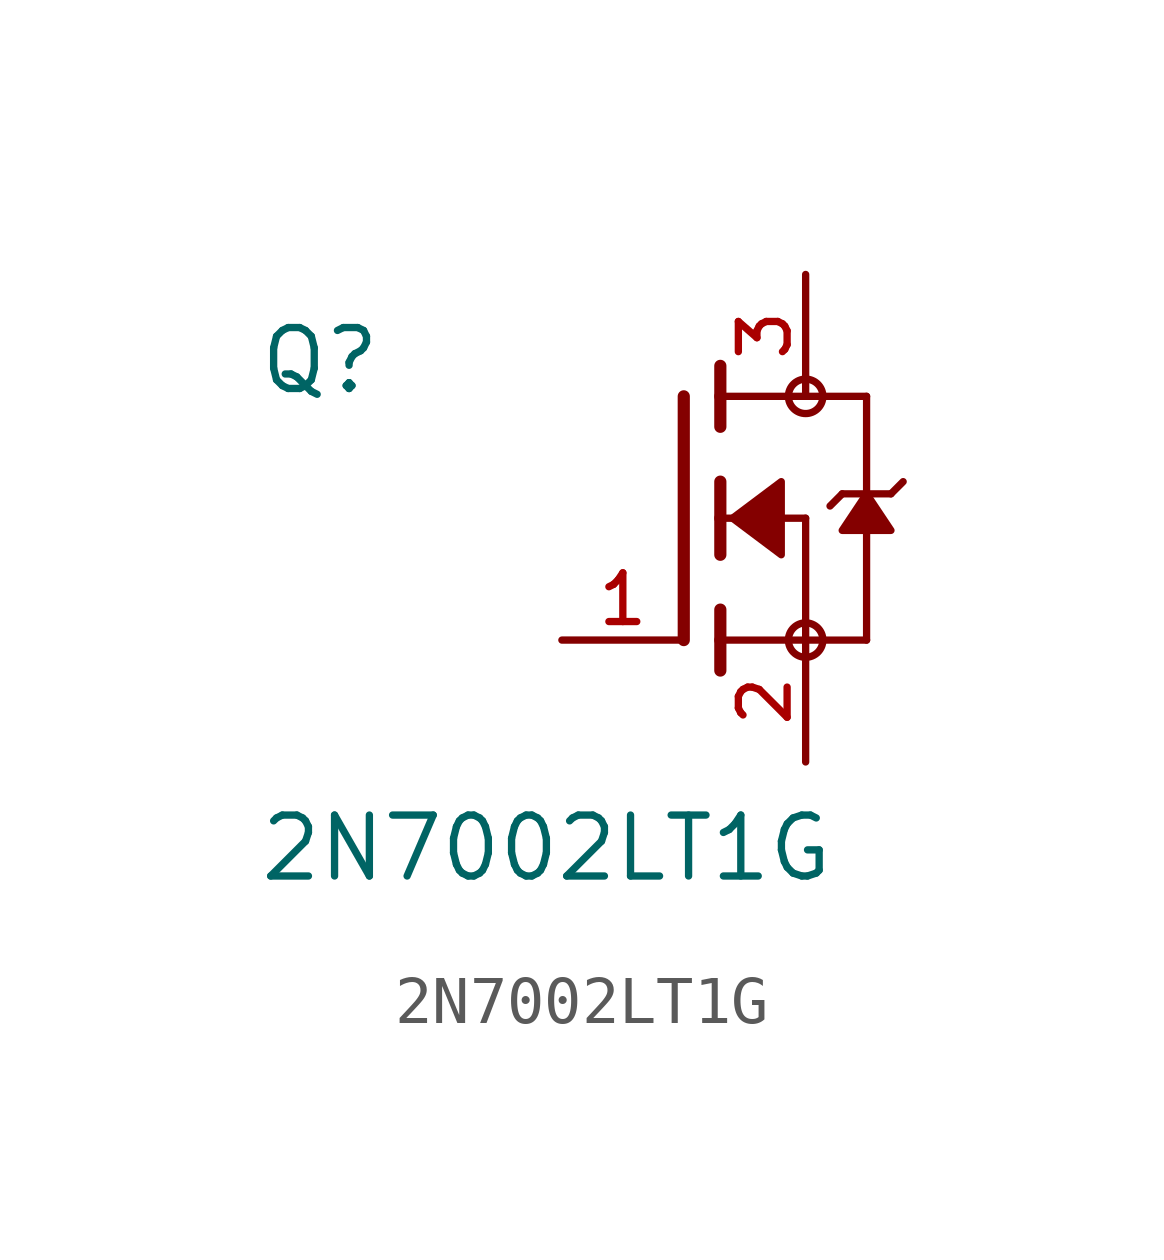
<source format=kicad_sym>
(kicad_symbol_lib
  (version 20220914)
  (generator kicad_symbol_editor)
  (symbol "2N7002LT1G"
    (pin_names
      (offset 1.016))
    (property "Reference" "Q"
      (at -8.89 2.54 0)
      (effects (font (size 1.27 1.27)) (justify left bottom)))
    (property "Value" "2N7002LT1G"
      (at -8.89 -7.62 0)
      (effects (font (size 1.27 1.27)) (justify left bottom)))
    (symbol "2N7002LT1G_0_0"
      (polyline (pts (xy 0 2.54) (xy 0 -2.54)) (stroke (width 0.254) (type default)) (fill (type none)))
      (polyline (pts (xy 0.762 -2.54) (xy 0.762 -3.175)) (stroke (width 0.254) (type default)) (fill (type none)))
      (polyline (pts (xy 0.762 -1.905) (xy 0.762 -2.54)) (stroke (width 0.254) (type default)) (fill (type none)))
      (polyline (pts (xy 0.762 0) (xy 0.762 -0.762)) (stroke (width 0.254) (type default)) (fill (type none)))
      (polyline (pts (xy 0.762 0) (xy 2.54 0)) (stroke (width 0.152) (type default)) (fill (type none)))
      (polyline (pts (xy 0.762 0.762) (xy 0.762 0)) (stroke (width 0.254) (type default)) (fill (type none)))
      (polyline (pts (xy 0.762 2.54) (xy 0.762 1.905)) (stroke (width 0.254) (type default)) (fill (type none)))
      (polyline (pts (xy 0.762 2.54) (xy 3.81 2.54)) (stroke (width 0.152) (type default)) (fill (type none)))
      (polyline (pts (xy 0.762 3.175) (xy 0.762 2.54)) (stroke (width 0.254) (type default)) (fill (type none)))
      (polyline (pts (xy 2.54 -2.54) (xy 0.762 -2.54)) (stroke (width 0.152) (type default)) (fill (type none)))
      (polyline (pts (xy 2.54 -2.54) (xy 3.81 -2.54)) (stroke (width 0.152) (type default)) (fill (type none)))
      (polyline (pts (xy 2.54 0) (xy 2.54 -2.54)) (stroke (width 0.152) (type default)) (fill (type none)))
      (polyline (pts (xy 3.302 0.508) (xy 3.048 0.254)) (stroke (width 0.152) (type default)) (fill (type none)))
      (polyline (pts (xy 3.81 0.508) (xy 3.302 0.508)) (stroke (width 0.152) (type default)) (fill (type none)))
      (polyline (pts (xy 3.81 0.508) (xy 3.81 -2.54)) (stroke (width 0.152) (type default)) (fill (type none)))
      (polyline (pts (xy 3.81 2.54) (xy 3.81 0.508)) (stroke (width 0.152) (type default)) (fill (type none)))
      (polyline (pts (xy 4.318 0.508) (xy 3.81 0.508)) (stroke (width 0.152) (type default)) (fill (type none)))
      (polyline (pts (xy 4.572 0.762) (xy 4.318 0.508)) (stroke (width 0.152) (type default)) (fill (type none)))
      (polyline (pts (xy 1.016 0) (xy 2.032 0.762) (xy 2.032 -0.762) (xy 1.016 0)) (stroke (width 0.152) (type default)) (fill (type outline)))
      (polyline (pts (xy 3.81 0.508) (xy 3.302 -0.254) (xy 4.318 -0.254) (xy 3.81 0.508)) (stroke (width 0.152) (type default)) (fill (type outline)))
      (circle (center 2.54 -2.54) (radius 0.359) (stroke (width 0) (type default)) (fill (type none)))
      (circle (center 2.54 2.54) (radius 0.359) (stroke (width 0) (type default)) (fill (type none)))
      (pin passive line (at -2.54 -2.54 0) (length 2.54) (name "~" (effects (font (size 1.016 1.016)))) (number "1" (effects (font (size 1.016 1.016)))))
      (pin passive line (at 2.54 -5.08 90) (length 2.54) (name "~" (effects (font (size 1.016 1.016)))) (number "2" (effects (font (size 1.016 1.016)))))
      (pin passive line (at 2.54 5.08 270) (length 2.54) (name "~" (effects (font (size 1.016 1.016)))) (number "3" (effects (font (size 1.016 1.016))))))))
</source>
